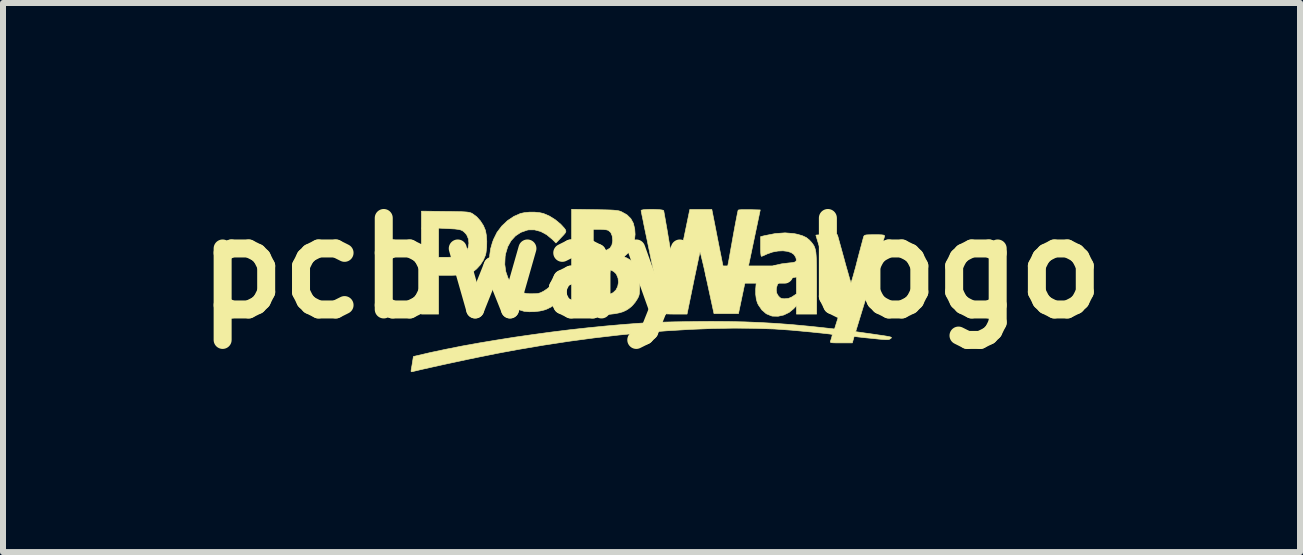
<source format=kicad_pcb>
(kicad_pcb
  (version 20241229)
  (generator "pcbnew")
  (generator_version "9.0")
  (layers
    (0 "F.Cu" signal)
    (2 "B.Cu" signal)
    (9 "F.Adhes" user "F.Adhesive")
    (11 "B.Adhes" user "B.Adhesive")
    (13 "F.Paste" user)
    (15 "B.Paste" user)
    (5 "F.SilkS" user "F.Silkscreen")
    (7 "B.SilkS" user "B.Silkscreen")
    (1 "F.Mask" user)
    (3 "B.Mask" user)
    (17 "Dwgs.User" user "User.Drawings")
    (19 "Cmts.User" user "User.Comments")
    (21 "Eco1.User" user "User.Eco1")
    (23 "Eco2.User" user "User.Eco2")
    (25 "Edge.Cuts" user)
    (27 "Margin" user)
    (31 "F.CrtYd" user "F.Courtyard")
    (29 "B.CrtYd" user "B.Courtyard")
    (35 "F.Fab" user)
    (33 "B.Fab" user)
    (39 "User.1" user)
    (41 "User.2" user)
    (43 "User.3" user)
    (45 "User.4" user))
  (footprint "pcbway-logo"
    (layer "F.Cu")
    (at 7.809 1.418)
    (property "Reference" "pcbway-logo" (at 0 0 0) (layer "F.SilkS") (effects (font (size 1.524 1.524) (thickness 0.3))))
    (attr through_hole)
    (fp_poly (pts (xy -3.44 -0.944) (xy -3.33 -0.943) (xy -3.242 -0.941) (xy -3.173 -0.94) (xy -3.12 -0.937) (xy -3.079 -0.934) (xy -3.049 -0.93) (xy -3.026 -0.925) (xy -3.006 -0.918) (xy -2.988 -0.909) (xy -2.979 -0.903) (xy -2.914 -0.855) (xy -2.853 -0.787) (xy -2.802 -0.708) (xy -2.768 -0.628) (xy -2.753 -0.545) (xy -2.746 -0.447) (xy -2.748 -0.345) (xy -2.759 -0.253) (xy -2.768 -0.215) (xy -2.802 -0.134) (xy -2.853 -0.055) (xy -2.915 0.013) (xy -2.959 0.049) (xy -3.008 0.075) (xy -3.065 0.094) (xy -3.134 0.108) (xy -3.219 0.116) (xy -3.324 0.12) (xy -3.365 0.12) (xy -3.549 0.12) (xy -3.549 0.767) (xy -3.835 0.767) (xy -3.835 -0.18) (xy -3.549 -0.18) (xy -3.39 -0.18) (xy -3.324 -0.182) (xy -3.263 -0.185) (xy -3.214 -0.191) (xy -3.182 -0.197) (xy -3.182 -0.197) (xy -3.125 -0.229) (xy -3.083 -0.281) (xy -3.055 -0.344) (xy -3.044 -0.414) (xy -3.051 -0.484) (xy -3.078 -0.548) (xy -3.097 -0.574) (xy -3.124 -0.601) (xy -3.15 -0.622) (xy -3.182 -0.636) (xy -3.223 -0.645) (xy -3.278 -0.652) (xy -3.353 -0.656) (xy -3.369 -0.657) (xy -3.549 -0.666) (xy -3.549 -0.18) (xy -3.835 -0.18) (xy -3.835 -0.949) (xy -3.44 -0.944)) (stroke (width 0.01) (type solid)) (fill yes) (layer "F.SilkS"))
    (fp_poly (pts (xy -1.949 -0.932) (xy -1.867 -0.924) (xy -1.802 -0.91) (xy -1.702 -0.867) (xy -1.603 -0.805) (xy -1.514 -0.731) (xy -1.486 -0.701) (xy -1.453 -0.664) (xy -1.433 -0.636) (xy -1.427 -0.613) (xy -1.436 -0.588) (xy -1.462 -0.556) (xy -1.504 -0.512) (xy -1.521 -0.494) (xy -1.593 -0.418) (xy -1.653 -0.478) (xy -1.747 -0.556) (xy -1.847 -0.61) (xy -1.949 -0.637) (xy -2.05 -0.637) (xy -2.074 -0.632) (xy -2.179 -0.595) (xy -2.268 -0.536) (xy -2.342 -0.455) (xy -2.397 -0.356) (xy -2.432 -0.239) (xy -2.44 -0.193) (xy -2.446 -0.062) (xy -2.429 0.06) (xy -2.391 0.169) (xy -2.332 0.263) (xy -2.253 0.341) (xy -2.197 0.379) (xy -2.153 0.403) (xy -2.117 0.417) (xy -2.08 0.425) (xy -2.033 0.428) (xy -1.992 0.428) (xy -1.933 0.427) (xy -1.891 0.423) (xy -1.855 0.413) (xy -1.819 0.396) (xy -1.793 0.382) (xy -1.741 0.347) (xy -1.687 0.304) (xy -1.652 0.271) (xy -1.625 0.242) (xy -1.605 0.225) (xy -1.587 0.222) (xy -1.567 0.234) (xy -1.541 0.264) (xy -1.505 0.313) (xy -1.48 0.348) (xy -1.419 0.433) (xy -1.509 0.519) (xy -1.594 0.593) (xy -1.671 0.647) (xy -1.747 0.684) (xy -1.786 0.698) (xy -1.863 0.716) (xy -1.951 0.726) (xy -2.04 0.728) (xy -2.117 0.721) (xy -2.122 0.721) (xy -2.251 0.682) (xy -2.366 0.62) (xy -2.468 0.535) (xy -2.553 0.431) (xy -2.621 0.309) (xy -2.669 0.171) (xy -2.696 0.021) (xy -2.702 -0.091) (xy -2.697 -0.214) (xy -2.682 -0.321) (xy -2.653 -0.423) (xy -2.633 -0.478) (xy -2.575 -0.595) (xy -2.496 -0.7) (xy -2.401 -0.79) (xy -2.293 -0.862) (xy -2.184 -0.91) (xy -2.117 -0.924) (xy -2.035 -0.932) (xy -1.949 -0.932)) (stroke (width 0.01) (type solid)) (fill yes) (layer "F.SilkS"))
    (fp_poly (pts (xy 2.374 -0.575) (xy 2.437 -0.562) (xy 2.517 -0.538) (xy 2.579 -0.509) (xy 2.629 -0.469) (xy 2.668 -0.427) (xy 2.689 -0.399) (xy 2.707 -0.372) (xy 2.72 -0.342) (xy 2.731 -0.307) (xy 2.739 -0.262) (xy 2.744 -0.204) (xy 2.748 -0.13) (xy 2.75 -0.037) (xy 2.751 0.078) (xy 2.752 0.219) (xy 2.752 0.266) (xy 2.752 0.767) (xy 2.415 0.767) (xy 2.415 0.628) (xy 2.369 0.677) (xy 2.293 0.739) (xy 2.204 0.782) (xy 2.11 0.803) (xy 2.017 0.801) (xy 1.996 0.796) (xy 1.912 0.761) (xy 1.84 0.699) (xy 1.781 0.614) (xy 1.764 0.579) (xy 1.746 0.517) (xy 1.736 0.436) (xy 1.736 0.369) (xy 2.079 0.369) (xy 2.087 0.419) (xy 2.112 0.463) (xy 2.116 0.467) (xy 2.141 0.493) (xy 2.166 0.506) (xy 2.203 0.511) (xy 2.223 0.511) (xy 2.284 0.505) (xy 2.338 0.482) (xy 2.355 0.471) (xy 2.415 0.431) (xy 2.415 0.149) (xy 2.375 0.156) (xy 2.337 0.163) (xy 2.291 0.171) (xy 2.273 0.174) (xy 2.194 0.193) (xy 2.137 0.225) (xy 2.1 0.27) (xy 2.082 0.33) (xy 2.079 0.369) (xy 1.736 0.369) (xy 1.736 0.349) (xy 1.743 0.266) (xy 1.759 0.199) (xy 1.764 0.186) (xy 1.809 0.109) (xy 1.87 0.046) (xy 1.949 -0.005) (xy 2.047 -0.043) (xy 2.165 -0.07) (xy 2.285 -0.085) (xy 2.347 -0.091) (xy 2.387 -0.1) (xy 2.408 -0.114) (xy 2.414 -0.135) (xy 2.408 -0.166) (xy 2.402 -0.183) (xy 2.374 -0.226) (xy 2.327 -0.259) (xy 2.264 -0.279) (xy 2.19 -0.288) (xy 2.107 -0.284) (xy 2.02 -0.268) (xy 1.933 -0.238) (xy 1.889 -0.218) (xy 1.856 -0.203) (xy 1.834 -0.196) (xy 1.831 -0.195) (xy 1.825 -0.21) (xy 1.82 -0.252) (xy 1.818 -0.318) (xy 1.818 -0.36) (xy 1.818 -0.524) (xy 1.883 -0.54) (xy 2.061 -0.575) (xy 2.225 -0.587) (xy 2.374 -0.575)) (stroke (width 0.01) (type solid)) (fill yes) (layer "F.SilkS"))
    (fp_poly (pts (xy -0.949 -0.974) (xy -0.84 -0.972) (xy -0.753 -0.97) (xy -0.684 -0.968) (xy -0.631 -0.965) (xy -0.59 -0.961) (xy -0.559 -0.957) (xy -0.534 -0.951) (xy -0.511 -0.943) (xy -0.494 -0.935) (xy -0.409 -0.887) (xy -0.345 -0.824) (xy -0.303 -0.747) (xy -0.28 -0.651) (xy -0.274 -0.562) (xy -0.285 -0.45) (xy -0.316 -0.354) (xy -0.37 -0.273) (xy -0.402 -0.241) (xy -0.46 -0.189) (xy -0.4 -0.162) (xy -0.344 -0.128) (xy -0.29 -0.081) (xy -0.245 -0.028) (xy -0.217 0.023) (xy -0.216 0.025) (xy -0.207 0.072) (xy -0.201 0.148) (xy -0.199 0.253) (xy -0.199 0.26) (xy -0.199 0.338) (xy -0.201 0.393) (xy -0.204 0.431) (xy -0.211 0.46) (xy -0.222 0.487) (xy -0.239 0.518) (xy -0.273 0.57) (xy -0.316 0.621) (xy -0.335 0.64) (xy -0.379 0.675) (xy -0.425 0.704) (xy -0.477 0.728) (xy -0.538 0.746) (xy -0.609 0.76) (xy -0.695 0.77) (xy -0.797 0.776) (xy -0.918 0.78) (xy -1.055 0.781) (xy -1.332 0.782) (xy -1.332 0.454) (xy -0.971 0.454) (xy -0.831 0.448) (xy -0.763 0.444) (xy -0.714 0.438) (xy -0.678 0.428) (xy -0.648 0.414) (xy -0.639 0.409) (xy -0.593 0.365) (xy -0.563 0.305) (xy -0.551 0.237) (xy -0.558 0.168) (xy -0.584 0.106) (xy -0.596 0.089) (xy -0.631 0.057) (xy -0.674 0.035) (xy -0.731 0.022) (xy -0.806 0.016) (xy -0.85 0.015) (xy -0.971 0.015) (xy -0.971 0.454) (xy -1.332 0.454) (xy -1.332 -0.646) (xy -0.971 -0.646) (xy -0.971 -0.286) (xy -0.881 -0.286) (xy -0.828 -0.288) (xy -0.779 -0.294) (xy -0.745 -0.301) (xy -0.693 -0.332) (xy -0.661 -0.382) (xy -0.648 -0.45) (xy -0.647 -0.461) (xy -0.656 -0.537) (xy -0.68 -0.594) (xy -0.72 -0.628) (xy -0.724 -0.63) (xy -0.755 -0.638) (xy -0.802 -0.643) (xy -0.856 -0.646) (xy -0.867 -0.646) (xy -0.971 -0.646) (xy -1.332 -0.646) (xy -1.332 -0.98) (xy -0.949 -0.974)) (stroke (width 0.01) (type solid)) (fill yes) (layer "F.SilkS"))
    (fp_poly (pts (xy 0.085 -0.976) (xy 0.137 -0.973) (xy 0.176 -0.968) (xy 0.199 -0.961) (xy 0.202 -0.958) (xy 0.206 -0.94) (xy 0.214 -0.895) (xy 0.226 -0.828) (xy 0.241 -0.741) (xy 0.259 -0.639) (xy 0.278 -0.524) (xy 0.299 -0.4) (xy 0.3 -0.395) (xy 0.321 -0.271) (xy 0.341 -0.158) (xy 0.359 -0.057) (xy 0.374 0.027) (xy 0.386 0.092) (xy 0.394 0.134) (xy 0.398 0.15) (xy 0.399 0.15) (xy 0.403 0.136) (xy 0.413 0.096) (xy 0.427 0.033) (xy 0.445 -0.05) (xy 0.466 -0.149) (xy 0.49 -0.262) (xy 0.516 -0.385) (xy 0.521 -0.413) (xy 0.638 -0.977) (xy 1.005 -0.977) (xy 1.043 -0.785) (xy 1.057 -0.714) (xy 1.075 -0.622) (xy 1.096 -0.513) (xy 1.119 -0.397) (xy 1.142 -0.28) (xy 1.154 -0.222) (xy 1.174 -0.121) (xy 1.192 -0.03) (xy 1.208 0.046) (xy 1.221 0.104) (xy 1.229 0.14) (xy 1.233 0.15) (xy 1.237 0.136) (xy 1.245 0.096) (xy 1.257 0.032) (xy 1.273 -0.051) (xy 1.292 -0.15) (xy 1.312 -0.263) (xy 1.334 -0.387) (xy 1.337 -0.402) (xy 1.359 -0.527) (xy 1.38 -0.642) (xy 1.399 -0.745) (xy 1.416 -0.832) (xy 1.429 -0.9) (xy 1.439 -0.946) (xy 1.444 -0.966) (xy 1.444 -0.966) (xy 1.459 -0.97) (xy 1.494 -0.973) (xy 1.545 -0.974) (xy 1.606 -0.974) (xy 1.632 -0.974) (xy 1.812 -0.969) (xy 1.449 0.759) (xy 1.041 0.759) (xy 0.928 0.238) (xy 0.902 0.119) (xy 0.878 0.01) (xy 0.856 -0.085) (xy 0.837 -0.163) (xy 0.823 -0.221) (xy 0.813 -0.257) (xy 0.808 -0.266) (xy 0.803 -0.248) (xy 0.793 -0.204) (xy 0.779 -0.137) (xy 0.761 -0.052) (xy 0.74 0.048) (xy 0.716 0.161) (xy 0.696 0.259) (xy 0.592 0.767) (xy 0.389 0.767) (xy 0.308 0.766) (xy 0.249 0.764) (xy 0.21 0.76) (xy 0.188 0.754) (xy 0.181 0.748) (xy 0.176 0.727) (xy 0.166 0.68) (xy 0.151 0.611) (xy 0.132 0.523) (xy 0.111 0.419) (xy 0.086 0.302) (xy 0.06 0.176) (xy 0.032 0.043) (xy 0.003 -0.094) (xy -0.025 -0.231) (xy -0.053 -0.365) (xy -0.079 -0.493) (xy -0.104 -0.612) (xy -0.126 -0.718) (xy -0.144 -0.809) (xy -0.159 -0.881) (xy -0.169 -0.932) (xy -0.174 -0.958) (xy -0.174 -0.96) (xy -0.163 -0.967) (xy -0.132 -0.973) (xy -0.086 -0.976) (xy -0.031 -0.978) (xy 0.028 -0.978) (xy 0.085 -0.976)) (stroke (width 0.01) (type solid)) (fill yes) (layer "F.SilkS"))
    (fp_poly (pts (xy 3.207 -0.162) (xy 3.235 -0.058) (xy 3.262 0.036) (xy 3.285 0.117) (xy 3.303 0.181) (xy 3.317 0.225) (xy 3.323 0.244) (xy 3.323 0.244) (xy 3.329 0.233) (xy 3.341 0.198) (xy 3.358 0.14) (xy 3.379 0.065) (xy 3.404 -0.025) (xy 3.429 -0.124) (xy 3.456 -0.227) (xy 3.481 -0.321) (xy 3.503 -0.403) (xy 3.52 -0.467) (xy 3.532 -0.511) (xy 3.538 -0.53) (xy 3.546 -0.541) (xy 3.559 -0.548) (xy 3.584 -0.553) (xy 3.622 -0.555) (xy 3.68 -0.556) (xy 3.717 -0.556) (xy 3.787 -0.556) (xy 3.835 -0.554) (xy 3.865 -0.55) (xy 3.88 -0.544) (xy 3.885 -0.535) (xy 3.885 -0.535) (xy 3.88 -0.517) (xy 3.868 -0.474) (xy 3.849 -0.408) (xy 3.823 -0.321) (xy 3.792 -0.217) (xy 3.756 -0.098) (xy 3.716 0.034) (xy 3.673 0.176) (xy 3.643 0.273) (xy 3.402 1.06) (xy 3.584 1.086) (xy 3.699 1.102) (xy 3.792 1.116) (xy 3.864 1.126) (xy 3.918 1.135) (xy 3.956 1.142) (xy 3.981 1.148) (xy 3.994 1.154) (xy 3.999 1.159) (xy 3.996 1.165) (xy 3.988 1.172) (xy 3.984 1.175) (xy 3.971 1.184) (xy 3.955 1.19) (xy 3.931 1.192) (xy 3.897 1.192) (xy 3.848 1.189) (xy 3.779 1.183) (xy 3.742 1.179) (xy 3.665 1.171) (xy 3.591 1.164) (xy 3.525 1.157) (xy 3.474 1.151) (xy 3.453 1.149) (xy 3.377 1.139) (xy 3.362 1.193) (xy 3.347 1.247) (xy 3.16 1.247) (xy 3.088 1.247) (xy 3.038 1.246) (xy 3.006 1.244) (xy 2.988 1.24) (xy 2.981 1.233) (xy 2.981 1.224) (xy 2.982 1.221) (xy 3.001 1.162) (xy 3.011 1.122) (xy 3.011 1.106) (xy 2.998 1.103) (xy 2.963 1.098) (xy 2.909 1.092) (xy 2.839 1.084) (xy 2.757 1.076) (xy 2.665 1.066) (xy 2.566 1.057) (xy 2.464 1.047) (xy 2.361 1.038) (xy 2.347 1.036) (xy 2.046 1.015) (xy 1.723 1.004) (xy 1.38 1.001) (xy 1.021 1.007) (xy 0.646 1.022) (xy 0.259 1.045) (xy -0.139 1.076) (xy -0.545 1.116) (xy -0.958 1.164) (xy -1.375 1.22) (xy -1.795 1.284) (xy -2.214 1.355) (xy -2.453 1.399) (xy -2.585 1.424) (xy -2.733 1.454) (xy -2.892 1.486) (xy -3.057 1.52) (xy -3.224 1.556) (xy -3.389 1.591) (xy -3.548 1.626) (xy -3.697 1.659) (xy -3.83 1.689) (xy -3.945 1.716) (xy -3.971 1.723) (xy -3.999 1.728) (xy -4.008 1.722) (xy -4.006 1.699) (xy -4.006 1.697) (xy -4 1.663) (xy -3.991 1.612) (xy -3.984 1.568) (xy -3.969 1.474) (xy -3.905 1.459) (xy -3.677 1.406) (xy -3.427 1.353) (xy -3.16 1.3) (xy -2.877 1.249) (xy -2.583 1.2) (xy -2.281 1.152) (xy -1.974 1.108) (xy -1.666 1.066) (xy -1.359 1.028) (xy -1.058 0.995) (xy -0.766 0.966) (xy -0.641 0.955) (xy -0.494 0.942) (xy -0.365 0.932) (xy -0.25 0.923) (xy -0.145 0.916) (xy -0.044 0.91) (xy 0.055 0.906) (xy 0.158 0.902) (xy 0.269 0.899) (xy 0.392 0.896) (xy 0.53 0.894) (xy 0.69 0.892) (xy 0.691 0.891) (xy 0.996 0.889) (xy 1.282 0.891) (xy 1.555 0.897) (xy 1.82 0.908) (xy 2.082 0.923) (xy 2.348 0.943) (xy 2.624 0.969) (xy 2.817 0.989) (xy 3.05 1.015) (xy 3.094 0.875) (xy 3.138 0.736) (xy 2.939 0.098) (xy 2.898 -0.033) (xy 2.859 -0.156) (xy 2.825 -0.267) (xy 2.795 -0.363) (xy 2.771 -0.442) (xy 2.753 -0.502) (xy 2.742 -0.538) (xy 2.739 -0.548) (xy 2.751 -0.551) (xy 2.783 -0.553) (xy 2.832 -0.555) (xy 2.892 -0.556) (xy 2.919 -0.556) (xy 3.098 -0.556) (xy 3.207 -0.162)) (stroke (width 0.01) (type solid)) (fill yes) (layer "F.SilkS")))
  (gr_rect
    (start -3 -3)
    (end 18.617 6.151)
    (stroke (width 0.1) (type default))
    (fill no)
    (layer "Edge.Cuts")))
</source>
